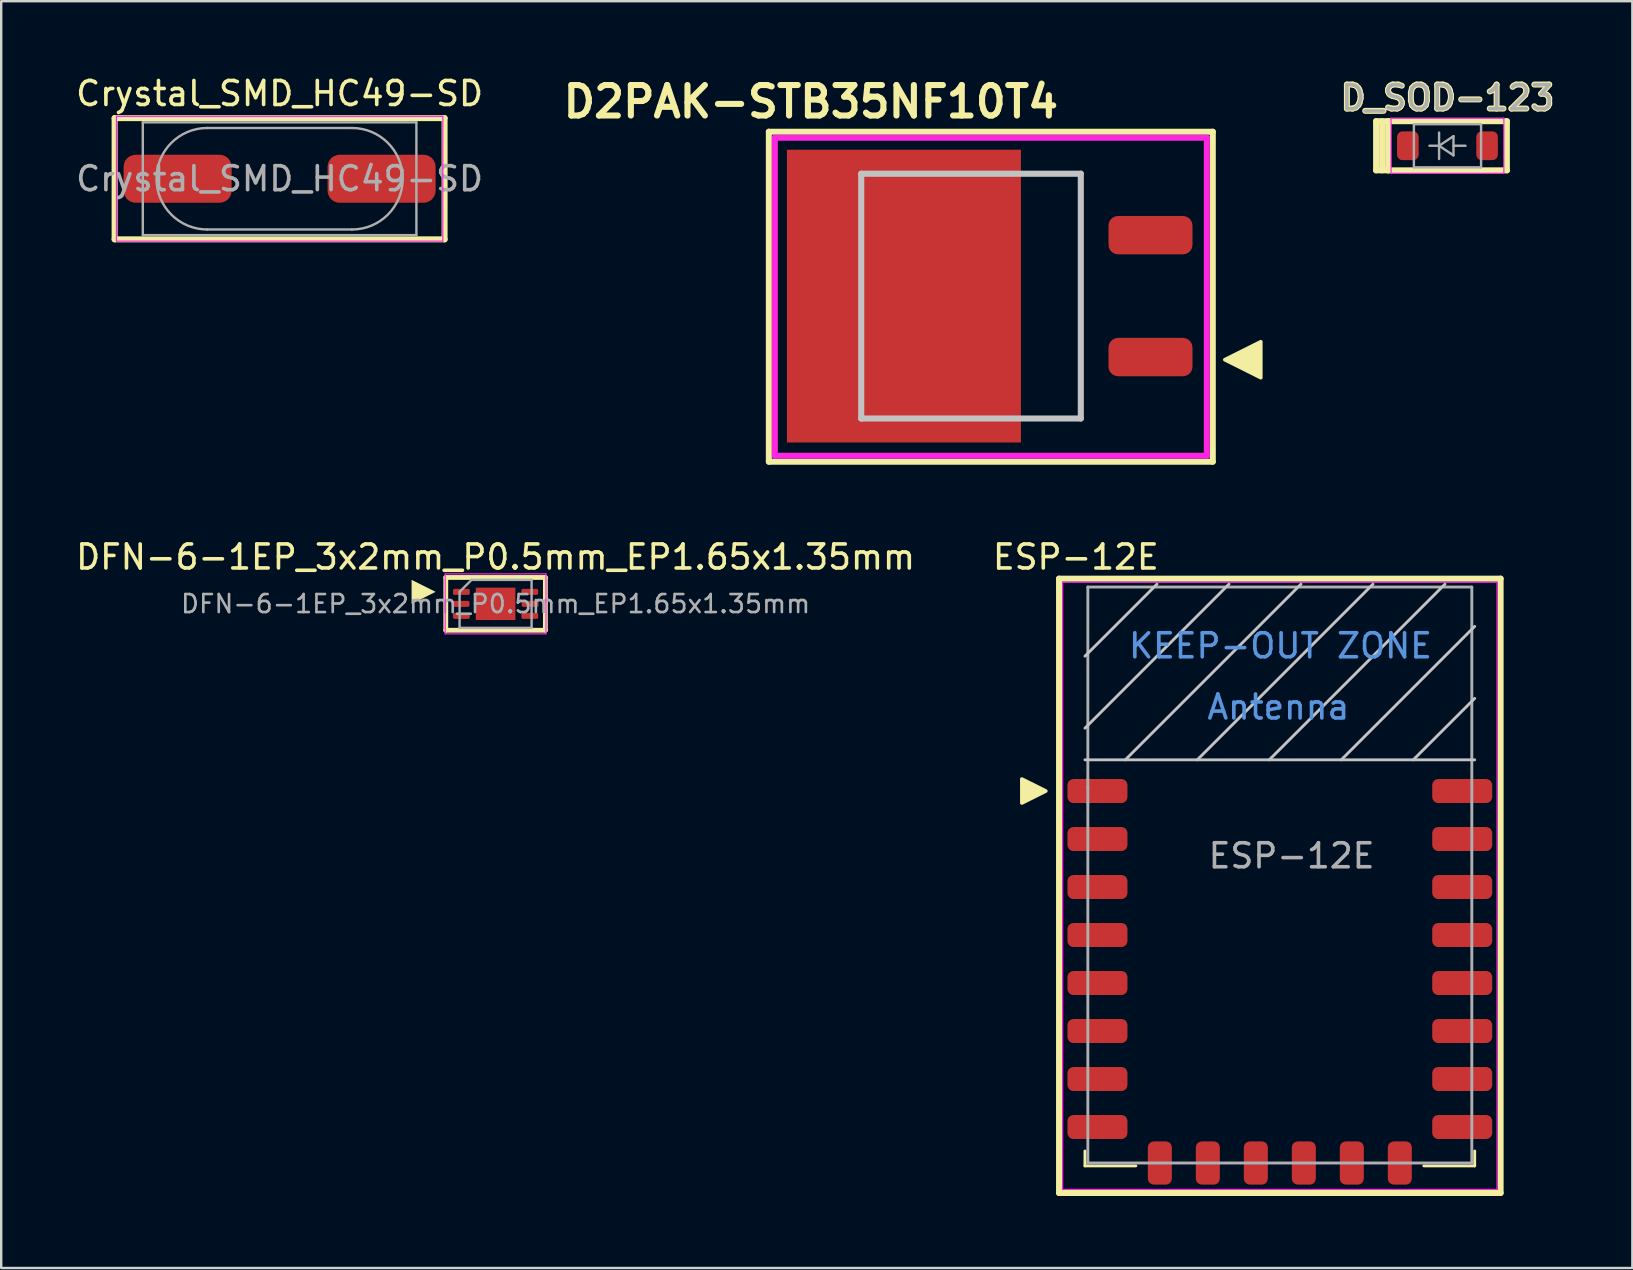
<source format=kicad_pcb>
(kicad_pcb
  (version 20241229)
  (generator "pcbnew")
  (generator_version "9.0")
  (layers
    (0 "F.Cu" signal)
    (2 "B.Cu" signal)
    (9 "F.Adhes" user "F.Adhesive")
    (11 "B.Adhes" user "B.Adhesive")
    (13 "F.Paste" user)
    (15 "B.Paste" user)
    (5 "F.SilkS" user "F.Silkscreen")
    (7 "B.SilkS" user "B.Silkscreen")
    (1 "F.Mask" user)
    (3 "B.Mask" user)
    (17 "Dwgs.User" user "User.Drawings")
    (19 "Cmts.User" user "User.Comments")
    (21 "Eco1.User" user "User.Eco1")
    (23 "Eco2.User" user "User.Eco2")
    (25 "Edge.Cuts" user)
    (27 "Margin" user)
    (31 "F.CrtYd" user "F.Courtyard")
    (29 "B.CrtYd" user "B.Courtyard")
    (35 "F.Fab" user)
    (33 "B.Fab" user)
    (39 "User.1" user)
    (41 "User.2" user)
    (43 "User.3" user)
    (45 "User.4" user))
  (footprint "D_SOD-123"
    (layer "F.Cu")
    (at 57.266 3.024)
    (property "Reference" "D_SOD-123" (at 0 -2 0) (layer "F.SilkS") (effects (font (size 1 1) (thickness 0.25))))
    (attr smd)
    (fp_line (start -2.975 -1.025) (end -2.975 1.025) (stroke (width 0.25) (type solid)) (layer "F.SilkS"))
    (fp_line (start -2.725 1.025) (end -2.725 -1.025) (stroke (width 0.25) (type solid)) (layer "F.SilkS"))
    (fp_line (start -2.475 -1.025) (end -2.975 -1.025) (stroke (width 0.25) (type solid)) (layer "F.SilkS"))
    (fp_line (start -2.475 -1.025) (end -2.475 1.025) (stroke (width 0.25) (type solid)) (layer "F.SilkS"))
    (fp_line (start -2.475 -1.025) (end 2.475 -1.025) (stroke (width 0.25) (type solid)) (layer "F.SilkS"))
    (fp_line (start -2.475 1.025) (end -2.975 1.025) (stroke (width 0.25) (type solid)) (layer "F.SilkS"))
    (fp_line (start -2.475 1.025) (end 2.475 1.025) (stroke (width 0.25) (type solid)) (layer "F.SilkS"))
    (fp_line (start 2.475 -1.025) (end 2.475 1.025) (stroke (width 0.25) (type solid)) (layer "F.SilkS"))
    (fp_line (start -2.35 -1.15) (end -2.35 1.15) (stroke (width 0.05) (type solid)) (layer "F.CrtYd"))
    (fp_line (start -2.35 -1.15) (end 2.35 -1.15) (stroke (width 0.05) (type solid)) (layer "F.CrtYd"))
    (fp_line (start 2.35 -1.15) (end 2.35 1.15) (stroke (width 0.05) (type solid)) (layer "F.CrtYd"))
    (fp_line (start 2.35 1.15) (end -2.35 1.15) (stroke (width 0.05) (type solid)) (layer "F.CrtYd"))
    (fp_line (start -1.4 -0.9) (end 1.4 -0.9) (stroke (width 0.1) (type solid)) (layer "F.Fab"))
    (fp_line (start -1.4 0.9) (end -1.4 -0.9) (stroke (width 0.1) (type solid)) (layer "F.Fab"))
    (fp_line (start -0.75 0) (end -0.35 0) (stroke (width 0.1) (type solid)) (layer "F.Fab"))
    (fp_line (start -0.35 0) (end -0.35 -0.55) (stroke (width 0.1) (type solid)) (layer "F.Fab"))
    (fp_line (start -0.35 0) (end -0.35 0.55) (stroke (width 0.1) (type solid)) (layer "F.Fab"))
    (fp_line (start -0.35 0) (end 0.25 -0.4) (stroke (width 0.1) (type solid)) (layer "F.Fab"))
    (fp_line (start 0.25 -0.4) (end 0.25 0.4) (stroke (width 0.1) (type solid)) (layer "F.Fab"))
    (fp_line (start 0.25 0) (end 0.75 0) (stroke (width 0.1) (type solid)) (layer "F.Fab"))
    (fp_line (start 0.25 0.4) (end -0.35 0) (stroke (width 0.1) (type solid)) (layer "F.Fab"))
    (fp_line (start 1.4 -0.9) (end 1.4 0.9) (stroke (width 0.1) (type solid)) (layer "F.Fab"))
    (fp_line (start 1.4 0.9) (end -1.4 0.9) (stroke (width 0.1) (type solid)) (layer "F.Fab"))
    (fp_text user "${REFERENCE}" (at 0 -2 0) (layer "F.Fab") (effects (font (size 1 1) (thickness 0.15))))
    (pad "1" smd roundrect (at -1.65 0) (size 0.9 1.2) (layers "F.Cu" "F.Mask" "F.Paste") (roundrect_rratio 0.25))
    (pad "2" smd roundrect (at 1.65 0) (size 0.9 1.2) (layers "F.Cu" "F.Mask" "F.Paste") (roundrect_rratio 0.25)))
  (footprint "Crystal_SMD_HC49-SD"
    (layer "F.Cu")
    (at 8.601 4.398)
    (property "Reference" "Crystal_SMD_HC49-SD" (at 0 -3.55 0) (layer "F.SilkS") (effects (font (size 1 1) (thickness 0.15))))
    (attr smd)
    (fp_line (start -6.875 -2.525) (end -6.875 2.525) (stroke (width 0.25) (type solid)) (layer "F.SilkS"))
    (fp_line (start -6.875 2.525) (end 6.875 2.525) (stroke (width 0.25) (type solid)) (layer "F.SilkS"))
    (fp_line (start 6.875 -2.525) (end -6.875 -2.525) (stroke (width 0.25) (type solid)) (layer "F.SilkS"))
    (fp_line (start 6.875 -2.525) (end 6.875 2.525) (stroke (width 0.25) (type solid)) (layer "F.SilkS"))
    (fp_line (start -6.8 -2.6) (end -6.8 2.6) (stroke (width 0.05) (type solid)) (layer "F.CrtYd"))
    (fp_line (start -6.8 2.6) (end 6.8 2.6) (stroke (width 0.05) (type solid)) (layer "F.CrtYd"))
    (fp_line (start 6.8 -2.6) (end -6.8 -2.6) (stroke (width 0.05) (type solid)) (layer "F.CrtYd"))
    (fp_line (start 6.8 2.6) (end 6.8 -2.6) (stroke (width 0.05) (type solid)) (layer "F.CrtYd"))
    (fp_line (start -5.7 -2.35) (end -5.7 2.35) (stroke (width 0.1) (type solid)) (layer "F.Fab"))
    (fp_line (start -5.7 2.35) (end 5.7 2.35) (stroke (width 0.1) (type solid)) (layer "F.Fab"))
    (fp_line (start -3.015 -2.115) (end 3.015 -2.115) (stroke (width 0.1) (type solid)) (layer "F.Fab"))
    (fp_line (start -3.015 2.115) (end 3.015 2.115) (stroke (width 0.1) (type solid)) (layer "F.Fab"))
    (fp_line (start 5.7 -2.35) (end -5.7 -2.35) (stroke (width 0.1) (type solid)) (layer "F.Fab"))
    (fp_line (start 5.7 2.35) (end 5.7 -2.35) (stroke (width 0.1) (type solid)) (layer "F.Fab"))
    (fp_arc (start -3.015 2.115) (mid -5.13 0) (end -3.015 -2.115) (stroke (width 0.1) (type solid)) (layer "F.Fab"))
    (fp_arc (start 3.015 -2.115) (mid 5.13 0) (end 3.015 2.115) (stroke (width 0.1) (type solid)) (layer "F.Fab"))
    (fp_text user "${REFERENCE}" (at 0 0 0) (layer "F.Fab") (effects (font (size 1 1) (thickness 0.15))))
    (pad "1" smd roundrect (at -4.25 0) (size 4.5 2) (layers "F.Cu" "F.Mask" "F.Paste") (roundrect_rratio 0.25))
    (pad "2" smd roundrect (at 4.25 0) (size 4.5 2) (layers "F.Cu" "F.Mask" "F.Paste") (roundrect_rratio 0.25)))
  (footprint "DFN-6-1EP_3x2mm_P0.5mm_EP1.65x1.35mm"
    (layer "F.Cu")
    (at 17.601 22.112)
    (property "Reference" "DFN-6-1EP_3x2mm_P0.5mm_EP1.65x1.35mm" (at 0 -1.95 0) (layer "F.SilkS") (effects (font (size 1 1) (thickness 0.15))))
    (attr smd)
    (fp_line (start -2.075 -1.1) (end -2.075 1.1) (stroke (width 0.2) (type solid)) (layer "F.SilkS"))
    (fp_line (start -2.075 -1.1) (end 2.075 -1.1) (stroke (width 0.2) (type solid)) (layer "F.SilkS"))
    (fp_line (start 2.075 -1.1) (end 2.075 1.1) (stroke (width 0.2) (type solid)) (layer "F.SilkS"))
    (fp_line (start 2.075 1.1) (end -2.075 1.1) (stroke (width 0.2) (type solid)) (layer "F.SilkS"))
    (fp_poly (pts (xy -2.5 -0.5) (xy -3.5 0) (xy -3.5 -1)) (stroke (width 0) (type solid)) (fill yes) (layer "F.SilkS"))
    (fp_line (start -2.1 -1.25) (end -2.1 1.25) (stroke (width 0.05) (type solid)) (layer "F.CrtYd"))
    (fp_line (start -2.1 1.25) (end 2.1 1.25) (stroke (width 0.05) (type solid)) (layer "F.CrtYd"))
    (fp_line (start 2.1 -1.25) (end -2.1 -1.25) (stroke (width 0.05) (type solid)) (layer "F.CrtYd"))
    (fp_line (start 2.1 1.25) (end 2.1 -1.25) (stroke (width 0.05) (type solid)) (layer "F.CrtYd"))
    (fp_line (start -1.5 -0.5) (end -1 -1) (stroke (width 0.1) (type solid)) (layer "F.Fab"))
    (fp_line (start -1.5 1) (end -1.5 -0.5) (stroke (width 0.1) (type solid)) (layer "F.Fab"))
    (fp_line (start -1 -1) (end 1.5 -1) (stroke (width 0.1) (type solid)) (layer "F.Fab"))
    (fp_line (start 1.5 -1) (end 1.5 1) (stroke (width 0.1) (type solid)) (layer "F.Fab"))
    (fp_line (start 1.5 1) (end -1.5 1) (stroke (width 0.1) (type solid)) (layer "F.Fab"))
    (fp_text user "${REFERENCE}" (at 0 0 0) (layer "F.Fab") (effects (font (size 0.75 0.75) (thickness 0.11))))
    (pad "" smd roundrect (at -0.41 -0.34) (size 0.67 0.54) (layers "F.Paste") (roundrect_rratio 0.25))
    (pad "" smd roundrect (at -0.41 0.34) (size 0.67 0.54) (layers "F.Paste") (roundrect_rratio 0.25))
    (pad "" smd roundrect (at 0.41 -0.34) (size 0.67 0.54) (layers "F.Paste") (roundrect_rratio 0.25))
    (pad "" smd roundrect (at 0.41 0.34) (size 0.67 0.54) (layers "F.Paste") (roundrect_rratio 0.25))
    (pad "1" smd roundrect (at -1.425 -0.5) (size 0.7 0.25) (layers "F.Cu" "F.Mask" "F.Paste") (roundrect_rratio 0.25))
    (pad "2" smd roundrect (at -1.438 0) (size 0.7 0.25) (layers "F.Cu" "F.Mask" "F.Paste") (roundrect_rratio 0.25))
    (pad "3" smd roundrect (at -1.425 0.5) (size 0.7 0.25) (layers "F.Cu" "F.Mask" "F.Paste") (roundrect_rratio 0.25))
    (pad "4" smd roundrect (at 1.425 0.5) (size 0.7 0.25) (layers "F.Cu" "F.Mask" "F.Paste") (roundrect_rratio 0.25))
    (pad "5" smd roundrect (at 1.438 0) (size 0.7 0.25) (layers "F.Cu" "F.Mask" "F.Paste") (roundrect_rratio 0.25))
    (pad "6" smd roundrect (at 1.425 -0.5) (size 0.7 0.25) (layers "F.Cu" "F.Mask" "F.Paste") (roundrect_rratio 0.25))
    (pad "7" smd rect (at 0 0) (size 1.65 1.35) (layers "F.Cu" "F.Mask")))
  (footprint "D2PAK-STB35NF10T4"
    (layer "F.Cu")
    (at 41.987 4.189)
    (property "Reference" "D2PAK-STB35NF10T4" (at -11.25 -3 0) (layer "F.SilkS") (effects (font (size 1.27 1.27) (thickness 0.254))))
    (attr smd)
    (fp_line (start -13 -1.75) (end 5.5 -1.75) (stroke (width 0.25) (type solid)) (layer "F.SilkS"))
    (fp_line (start -13 12) (end -13 -1.75) (stroke (width 0.25) (type solid)) (layer "F.SilkS"))
    (fp_line (start 5.5 -1.75) (end 5.5 12) (stroke (width 0.25) (type solid)) (layer "F.SilkS"))
    (fp_line (start 5.5 12) (end -13 12) (stroke (width 0.25) (type solid)) (layer "F.SilkS"))
    (fp_poly (pts (xy 6 7.75) (xy 7.5 7) (xy 7.5 8.5)) (stroke (width 0.15) (type solid)) (fill yes) (layer "F.SilkS"))
    (fp_line (start -9.15 0) (end 0 0) (stroke (width 0.254) (type solid)) (layer "Dwgs.User"))
    (fp_line (start -9.15 10.2) (end -9.15 0) (stroke (width 0.254) (type solid)) (layer "Dwgs.User"))
    (fp_line (start 0 0) (end 0 10.2) (stroke (width 0.254) (type solid)) (layer "Dwgs.User"))
    (fp_line (start 0 10.2) (end -9.15 10.2) (stroke (width 0.254) (type solid)) (layer "Dwgs.User"))
    (fp_line (start -12.75 -1.5) (end 5.25 -1.5) (stroke (width 0.25) (type solid)) (layer "F.CrtYd"))
    (fp_line (start -12.75 11.75) (end -12.75 -1.5) (stroke (width 0.25) (type solid)) (layer "F.CrtYd"))
    (fp_line (start 5.25 -1.5) (end 5.25 11.75) (stroke (width 0.25) (type solid)) (layer "F.CrtYd"))
    (fp_line (start 5.25 11.75) (end -12.75 11.75) (stroke (width 0.25) (type solid)) (layer "F.CrtYd"))
    (pad "1" smd roundrect (at 2.904 7.64 90) (size 1.6 3.5) (layers "F.Cu" "F.Mask" "F.Paste") (roundrect_rratio 0.25))
    (pad "2" smd rect (at -7.371 5.1) (size 9.75 12.2) (layers "F.Cu" "F.Mask" "F.Paste"))
    (pad "3" smd roundrect (at 2.904 2.56 90) (size 1.6 3.5) (layers "F.Cu" "F.Mask" "F.Paste") (roundrect_rratio 0.25)))
  (footprint "ESP-12E"
    (layer "F.Cu")
    (at 50.28 33.412)
    (property "Reference" "ESP-12E" (at -8.5 -13.25 0) (layer "F.SilkS") (effects (font (size 1 1) (thickness 0.15))))
    (attr smd)
    (fp_line (start -9.2 -12.35) (end 9.2 -12.35) (stroke (width 0.25) (type solid)) (layer "F.SilkS"))
    (fp_line (start -9.2 13.25) (end -9.2 -12.35) (stroke (width 0.25) (type solid)) (layer "F.SilkS"))
    (fp_line (start -8.12 12.12) (end -8.12 11.5) (stroke (width 0.12) (type solid)) (layer "F.SilkS"))
    (fp_line (start -6 12.12) (end -8.12 12.12) (stroke (width 0.12) (type solid)) (layer "F.SilkS"))
    (fp_line (start 8.12 11.5) (end 8.12 12.12) (stroke (width 0.12) (type solid)) (layer "F.SilkS"))
    (fp_line (start 8.12 12.12) (end 6 12.12) (stroke (width 0.12) (type solid)) (layer "F.SilkS"))
    (fp_line (start 9.2 -12.35) (end 9.2 13.25) (stroke (width 0.25) (type solid)) (layer "F.SilkS"))
    (fp_line (start 9.2 13.25) (end -9.2 13.25) (stroke (width 0.25) (type solid)) (layer "F.SilkS"))
    (fp_poly (pts (xy -9.75 -3.5) (xy -10.75 -4) (xy -10.75 -3)) (stroke (width 0.15) (type solid)) (fill yes) (layer "F.SilkS"))
    (fp_line (start -8.12 -9.12) (end -5.12 -12.12) (stroke (width 0.12) (type solid)) (layer "Dwgs.User"))
    (fp_line (start -8.12 -6.12) (end -2.12 -12.12) (stroke (width 0.12) (type solid)) (layer "Dwgs.User"))
    (fp_line (start -6.44 -4.8) (end 0.88 -12.12) (stroke (width 0.12) (type solid)) (layer "Dwgs.User"))
    (fp_line (start -3.44 -4.8) (end 3.88 -12.12) (stroke (width 0.12) (type solid)) (layer "Dwgs.User"))
    (fp_line (start -0.44 -4.8) (end 6.88 -12.12) (stroke (width 0.12) (type solid)) (layer "Dwgs.User"))
    (fp_line (start 2.56 -4.8) (end 8.12 -10.36) (stroke (width 0.12) (type solid)) (layer "Dwgs.User"))
    (fp_line (start 5.56 -4.8) (end 8.12 -7.36) (stroke (width 0.12) (type solid)) (layer "Dwgs.User"))
    (fp_line (start 8.12 -4.8) (end -8.12 -4.8) (stroke (width 0.12) (type solid)) (layer "Dwgs.User"))
    (fp_line (start -9.05 -12.2) (end 9.05 -12.2) (stroke (width 0.05) (type solid)) (layer "F.CrtYd"))
    (fp_line (start -9.05 13.1) (end -9.05 -12.2) (stroke (width 0.05) (type solid)) (layer "F.CrtYd"))
    (fp_line (start 9.05 -12.2) (end 9.05 13.1) (stroke (width 0.05) (type solid)) (layer "F.CrtYd"))
    (fp_line (start 9.05 13.1) (end -9.05 13.1) (stroke (width 0.05) (type solid)) (layer "F.CrtYd"))
    (fp_line (start -8 -12) (end 8 -12) (stroke (width 0.12) (type solid)) (layer "F.Fab"))
    (fp_line (start -8 -4) (end -8 -12) (stroke (width 0.12) (type solid)) (layer "F.Fab"))
    (fp_line (start -8 -3.65) (end -8 -4) (stroke (width 0.12) (type solid)) (layer "F.Fab"))
    (fp_line (start -8 -3) (end -8 -3.66) (stroke (width 0.12) (type solid)) (layer "F.Fab"))
    (fp_line (start -8 12) (end -8 -3) (stroke (width 0.12) (type solid)) (layer "F.Fab"))
    (fp_line (start 8 -12) (end 8 12) (stroke (width 0.12) (type solid)) (layer "F.Fab"))
    (fp_line (start 8 12) (end -8 12) (stroke (width 0.12) (type solid)) (layer "F.Fab"))
    (fp_text user "Antenna" (at -0.06 -7 180) (layer "Cmts.User") (effects (font (size 1 1) (thickness 0.15))))
    (fp_text user "KEEP-OUT ZONE" (at 0.03 -9.55 180) (layer "Cmts.User") (effects (font (size 1 1) (thickness 0.15))))
    (fp_text user "${REFERENCE}" (at 0.49 -0.8 0) (layer "F.Fab") (effects (font (size 1 1) (thickness 0.15))))
    (pad "1" smd roundrect (at -7.6 -3.5) (size 2.5 1) (layers "F.Cu" "F.Mask" "F.Paste") (roundrect_rratio 0.25))
    (pad "2" smd roundrect (at -7.6 -1.5) (size 2.5 1) (layers "F.Cu" "F.Mask" "F.Paste") (roundrect_rratio 0.25))
    (pad "3" smd roundrect (at -7.6 0.5) (size 2.5 1) (layers "F.Cu" "F.Mask" "F.Paste") (roundrect_rratio 0.25))
    (pad "4" smd roundrect (at -7.6 2.5) (size 2.5 1) (layers "F.Cu" "F.Mask" "F.Paste") (roundrect_rratio 0.25))
    (pad "5" smd roundrect (at -7.6 4.5) (size 2.5 1) (layers "F.Cu" "F.Mask" "F.Paste") (roundrect_rratio 0.25))
    (pad "6" smd roundrect (at -7.6 6.5) (size 2.5 1) (layers "F.Cu" "F.Mask" "F.Paste") (roundrect_rratio 0.25))
    (pad "7" smd roundrect (at -7.6 8.5) (size 2.5 1) (layers "F.Cu" "F.Mask" "F.Paste") (roundrect_rratio 0.25))
    (pad "8" smd roundrect (at -7.6 10.5) (size 2.5 1) (layers "F.Cu" "F.Mask" "F.Paste") (roundrect_rratio 0.25))
    (pad "9" smd roundrect (at -5 12) (size 1 1.8) (layers "F.Cu" "F.Mask" "F.Paste") (roundrect_rratio 0.25))
    (pad "10" smd roundrect (at -3 12) (size 1 1.8) (layers "F.Cu" "F.Mask" "F.Paste") (roundrect_rratio 0.25))
    (pad "11" smd roundrect (at -1 12) (size 1 1.8) (layers "F.Cu" "F.Mask" "F.Paste") (roundrect_rratio 0.25))
    (pad "12" smd roundrect (at 1 12) (size 1 1.8) (layers "F.Cu" "F.Mask" "F.Paste") (roundrect_rratio 0.25))
    (pad "13" smd roundrect (at 3 12) (size 1 1.8) (layers "F.Cu" "F.Mask" "F.Paste") (roundrect_rratio 0.25))
    (pad "14" smd roundrect (at 5 12) (size 1 1.8) (layers "F.Cu" "F.Mask" "F.Paste") (roundrect_rratio 0.25))
    (pad "15" smd roundrect (at 7.6 10.5) (size 2.5 1) (layers "F.Cu" "F.Mask" "F.Paste") (roundrect_rratio 0.25))
    (pad "16" smd roundrect (at 7.6 8.5) (size 2.5 1) (layers "F.Cu" "F.Mask" "F.Paste") (roundrect_rratio 0.25))
    (pad "17" smd roundrect (at 7.6 6.5) (size 2.5 1) (layers "F.Cu" "F.Mask" "F.Paste") (roundrect_rratio 0.25))
    (pad "18" smd roundrect (at 7.6 4.5) (size 2.5 1) (layers "F.Cu" "F.Mask" "F.Paste") (roundrect_rratio 0.25))
    (pad "19" smd roundrect (at 7.6 2.5) (size 2.5 1) (layers "F.Cu" "F.Mask" "F.Paste") (roundrect_rratio 0.25))
    (pad "20" smd roundrect (at 7.6 0.5) (size 2.5 1) (layers "F.Cu" "F.Mask" "F.Paste") (roundrect_rratio 0.25))
    (pad "21" smd roundrect (at 7.6 -1.5) (size 2.5 1) (layers "F.Cu" "F.Mask" "F.Paste") (roundrect_rratio 0.25))
    (pad "22" smd roundrect (at 7.6 -3.5) (size 2.5 1) (layers "F.Cu" "F.Mask" "F.Paste") (roundrect_rratio 0.25)))
  (gr_rect
    (start -3 -3)
    (end 64.969 49.787)
    (stroke (width 0.1) (type default))
    (fill no)
    (layer "Edge.Cuts")))
</source>
